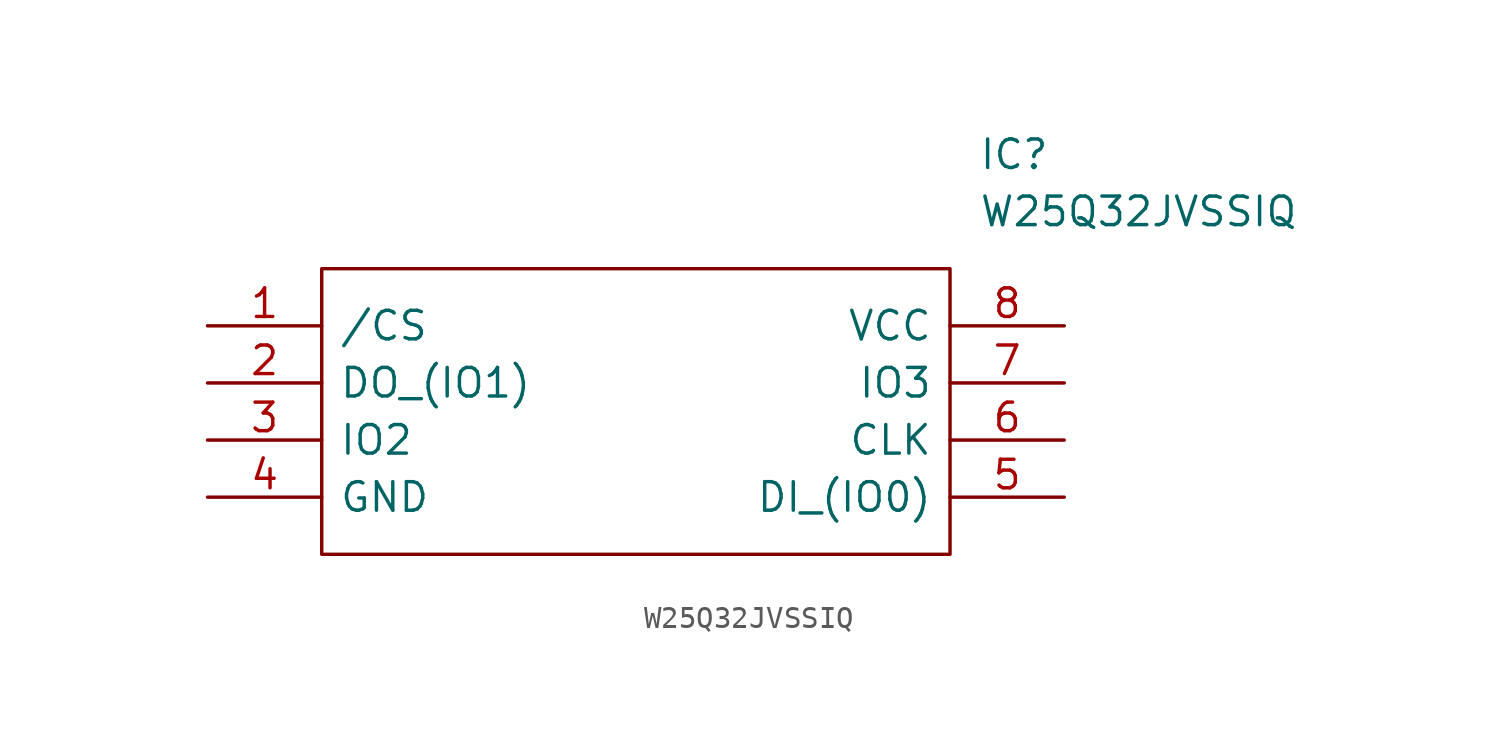
<source format=kicad_sym>
(kicad_symbol_lib
  (version 20231120)
  (generator "kicad_symbol_editor")
  (generator_version "8.0")
  (symbol "W25Q32JVSSIQ"
    (pin_names
      (offset 0.762))
    (property "Reference" "IC"
      (at 34.29 7.62 0)
      (effects (font (size 1.27 1.27)) (justify left)))
    (property "Value" "W25Q32JVSSIQ"
      (at 34.29 5.08 0)
      (effects (font (size 1.27 1.27)) (justify left)))
    (symbol "W25Q32JVSSIQ_0_0"
      (pin passive line (at 0 0 0) (length 5.08) (name "/CS" (effects (font (size 1.27 1.27)))) (number "1" (effects (font (size 1.27 1.27)))))
      (pin passive line (at 0 -2.54 0) (length 5.08) (name "DO_(IO1)" (effects (font (size 1.27 1.27)))) (number "2" (effects (font (size 1.27 1.27)))))
      (pin passive line (at 0 -5.08 0) (length 5.08) (name "IO2" (effects (font (size 1.27 1.27)))) (number "3" (effects (font (size 1.27 1.27)))))
      (pin passive line (at 0 -7.62 0) (length 5.08) (name "GND" (effects (font (size 1.27 1.27)))) (number "4" (effects (font (size 1.27 1.27)))))
      (pin passive line (at 38.1 -7.62 180) (length 5.08) (name "DI_(IO0)" (effects (font (size 1.27 1.27)))) (number "5" (effects (font (size 1.27 1.27)))))
      (pin passive line (at 38.1 -5.08 180) (length 5.08) (name "CLK" (effects (font (size 1.27 1.27)))) (number "6" (effects (font (size 1.27 1.27)))))
      (pin passive line (at 38.1 -2.54 180) (length 5.08) (name "IO3" (effects (font (size 1.27 1.27)))) (number "7" (effects (font (size 1.27 1.27)))))
      (pin passive line (at 38.1 0 180) (length 5.08) (name "VCC" (effects (font (size 1.27 1.27)))) (number "8" (effects (font (size 1.27 1.27))))))
    (symbol "W25Q32JVSSIQ_0_1"
      (polyline (pts (xy 5.08 2.54) (xy 33.02 2.54) (xy 33.02 -10.16) (xy 5.08 -10.16) (xy 5.08 2.54)) (stroke (width 0.152) (type default)) (fill (type none))))))
</source>
